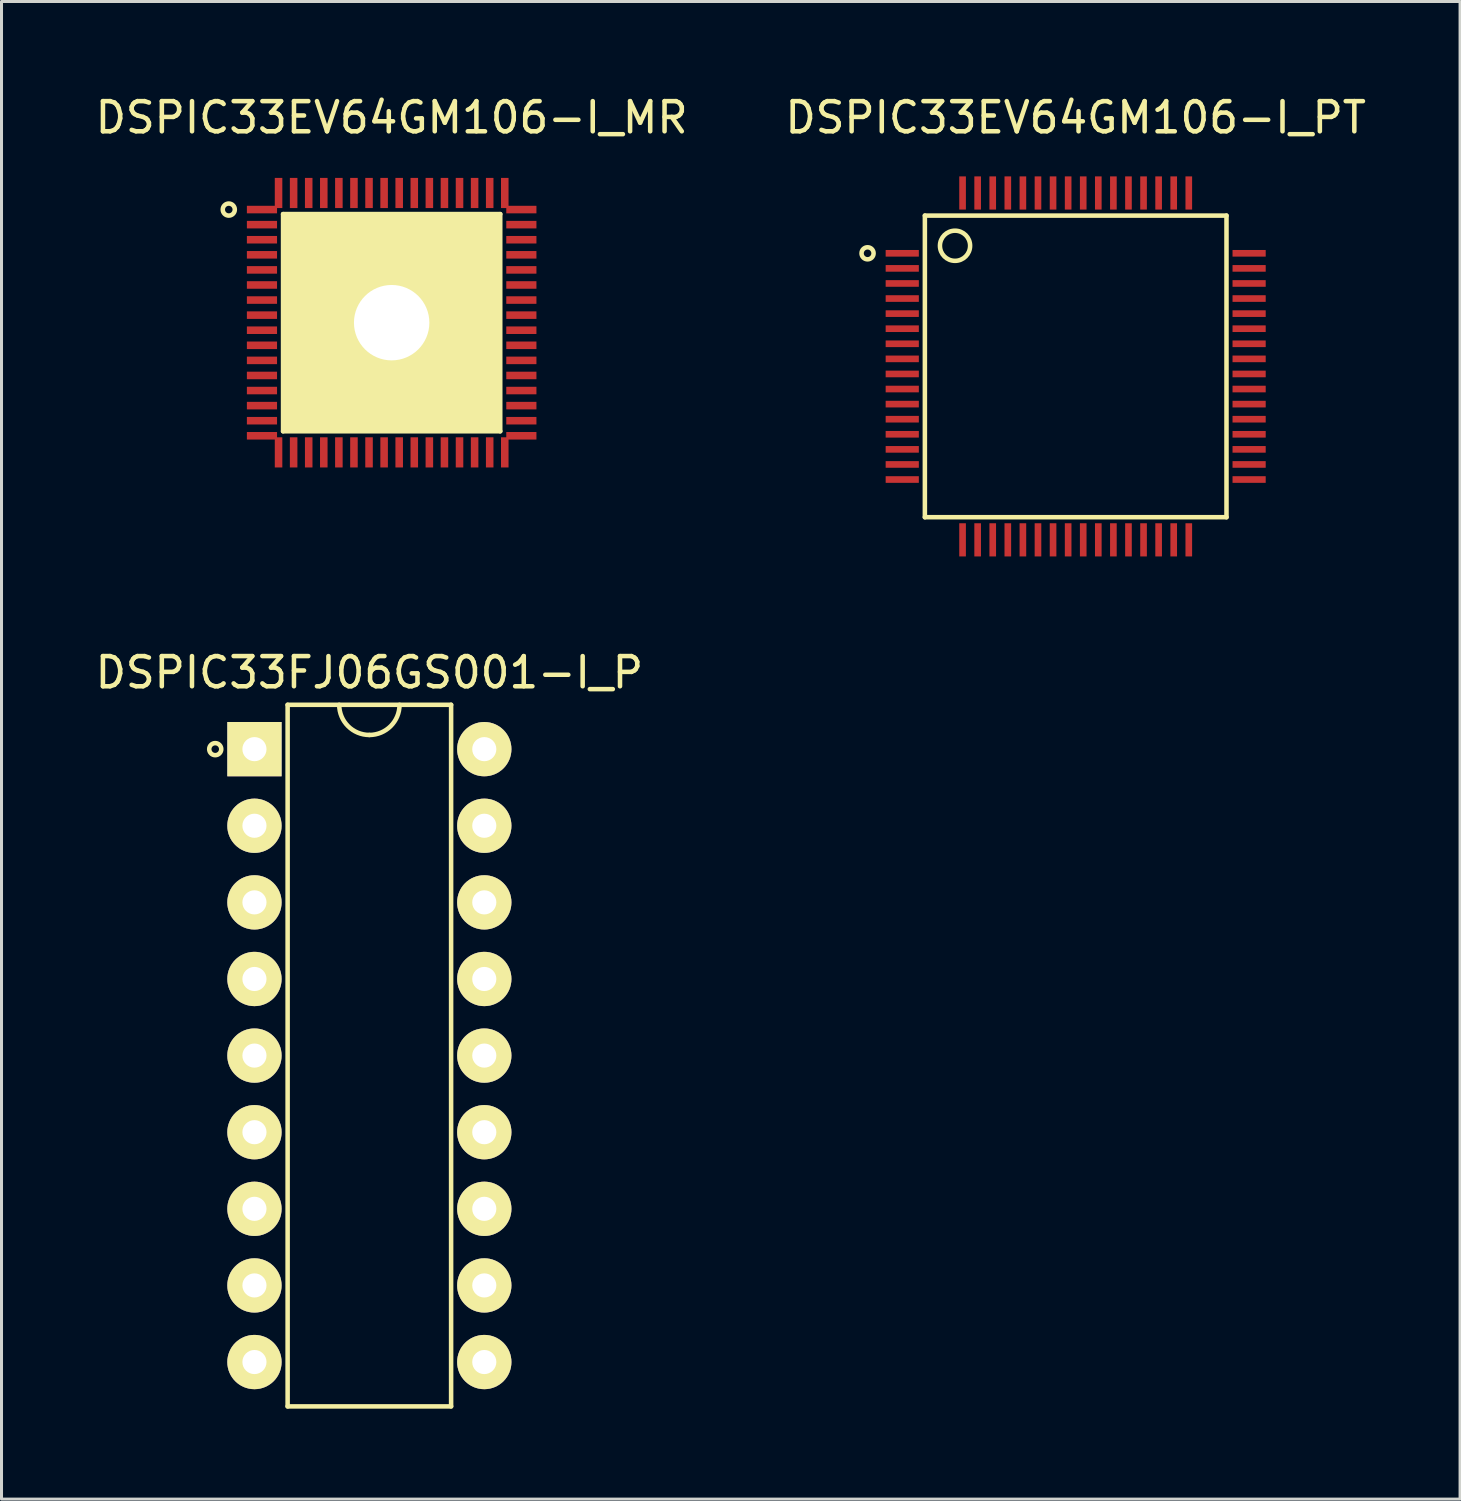
<source format=kicad_pcb>
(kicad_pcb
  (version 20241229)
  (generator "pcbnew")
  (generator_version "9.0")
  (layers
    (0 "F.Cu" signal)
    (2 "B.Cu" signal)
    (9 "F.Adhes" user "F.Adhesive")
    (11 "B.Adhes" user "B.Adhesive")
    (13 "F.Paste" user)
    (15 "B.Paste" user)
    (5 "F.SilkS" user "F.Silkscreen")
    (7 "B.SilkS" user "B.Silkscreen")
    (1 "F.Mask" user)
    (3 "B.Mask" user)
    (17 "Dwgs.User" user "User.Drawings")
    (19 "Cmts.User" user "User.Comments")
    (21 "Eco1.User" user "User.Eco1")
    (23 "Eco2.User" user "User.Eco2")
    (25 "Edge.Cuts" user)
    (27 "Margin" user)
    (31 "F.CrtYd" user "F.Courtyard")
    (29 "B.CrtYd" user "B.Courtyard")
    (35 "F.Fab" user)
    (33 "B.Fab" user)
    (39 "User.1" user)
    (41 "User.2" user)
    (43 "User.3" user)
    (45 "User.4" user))
  (footprint "DSPIC33FJ06GS001-I_P"
    (layer "F.Cu")
    (at 5.386 21.787)
    (property "Reference" "DSPIC33FJ06GS001-I_P" (at 3.81 -2.54 0) (layer "F.SilkS") (effects (font (size 1 1) (thickness 0.15))))
    (attr through_hole)
    (fp_line (start 1.1 -1.47) (end 6.52 -1.47) (stroke (width 0.15) (type solid)) (layer "F.SilkS"))
    (fp_line (start 1.1 21.79) (end 1.1 -1.47) (stroke (width 0.15) (type solid)) (layer "F.SilkS"))
    (fp_line (start 6.52 -1.47) (end 6.52 21.79) (stroke (width 0.15) (type solid)) (layer "F.SilkS"))
    (fp_line (start 6.52 21.79) (end 1.1 21.79) (stroke (width 0.15) (type solid)) (layer "F.SilkS"))
    (fp_arc (start 3.81 -0.47) (mid 3.102893 -0.762893) (end 2.81 -1.47) (stroke (width 0.15) (type solid)) (layer "F.SilkS"))
    (fp_arc (start 4.81 -1.47) (mid 4.517107 -0.762893) (end 3.81 -0.47) (stroke (width 0.15) (type solid)) (layer "F.SilkS"))
    (fp_circle (center -1.3 0) (end -1.3 0.2) (stroke (width 0.15) (type solid)) (fill no) (layer "F.SilkS"))
    (pad "1" thru_hole rect (at 0 0) (size 1.8 1.8) (drill 0.8) (layers "*.Cu" "*.Mask" "F.SilkS"))
    (pad "2" thru_hole circle (at 0 2.54) (size 1.8 1.8) (drill 0.8) (layers "*.Cu" "*.Mask" "F.SilkS"))
    (pad "3" thru_hole circle (at 0 5.08) (size 1.8 1.8) (drill 0.8) (layers "*.Cu" "*.Mask" "F.SilkS"))
    (pad "4" thru_hole circle (at 0 7.62) (size 1.8 1.8) (drill 0.8) (layers "*.Cu" "*.Mask" "F.SilkS"))
    (pad "5" thru_hole circle (at 0 10.16) (size 1.8 1.8) (drill 0.8) (layers "*.Cu" "*.Mask" "F.SilkS"))
    (pad "6" thru_hole circle (at 0 12.7) (size 1.8 1.8) (drill 0.8) (layers "*.Cu" "*.Mask" "F.SilkS"))
    (pad "7" thru_hole circle (at 0 15.24) (size 1.8 1.8) (drill 0.8) (layers "*.Cu" "*.Mask" "F.SilkS"))
    (pad "8" thru_hole circle (at 0 17.78) (size 1.8 1.8) (drill 0.8) (layers "*.Cu" "*.Mask" "F.SilkS"))
    (pad "9" thru_hole circle (at 0 20.32) (size 1.8 1.8) (drill 0.8) (layers "*.Cu" "*.Mask" "F.SilkS"))
    (pad "10" thru_hole circle (at 7.62 20.32) (size 1.8 1.8) (drill 0.8) (layers "*.Cu" "*.Mask" "F.SilkS"))
    (pad "11" thru_hole circle (at 7.62 17.78) (size 1.8 1.8) (drill 0.8) (layers "*.Cu" "*.Mask" "F.SilkS"))
    (pad "12" thru_hole circle (at 7.62 15.24) (size 1.8 1.8) (drill 0.8) (layers "*.Cu" "*.Mask" "F.SilkS"))
    (pad "13" thru_hole circle (at 7.62 12.7) (size 1.8 1.8) (drill 0.8) (layers "*.Cu" "*.Mask" "F.SilkS"))
    (pad "14" thru_hole circle (at 7.62 10.16) (size 1.8 1.8) (drill 0.8) (layers "*.Cu" "*.Mask" "F.SilkS"))
    (pad "15" thru_hole circle (at 7.62 7.62) (size 1.8 1.8) (drill 0.8) (layers "*.Cu" "*.Mask" "F.SilkS"))
    (pad "16" thru_hole circle (at 7.62 5.08) (size 1.8 1.8) (drill 0.8) (layers "*.Cu" "*.Mask" "F.SilkS"))
    (pad "17" thru_hole circle (at 7.62 2.54) (size 1.8 1.8) (drill 0.8) (layers "*.Cu" "*.Mask" "F.SilkS"))
    (pad "18" thru_hole circle (at 7.62 0) (size 1.8 1.8) (drill 0.8) (layers "*.Cu" "*.Mask" "F.SilkS")))
  (footprint "DSPIC33EV64GM106-I_MR"
    (layer "F.Cu")
    (at 5.635 3.348)
    (property "Reference" "DSPIC33EV64GM106-I_MR" (at 4.3 -2.5 0) (layer "F.SilkS") (effects (font (size 1 1) (thickness 0.15))))
    (attr through_hole)
    (fp_line (start 0.7 0.7) (end 0.7 7.9) (stroke (width 0.15) (type solid)) (layer "F.SilkS"))
    (fp_line (start 0.7 0.7) (end 7.9 0.7) (stroke (width 0.15) (type solid)) (layer "F.SilkS"))
    (fp_line (start 0.7 7.9) (end 7.9 7.9) (stroke (width 0.15) (type solid)) (layer "F.SilkS"))
    (fp_line (start 7.9 7.9) (end 7.9 0.7) (stroke (width 0.15) (type solid)) (layer "F.SilkS"))
    (fp_circle (center -1.1 0.55) (end -1.1 0.35) (stroke (width 0.15) (type solid)) (fill no) (layer "F.SilkS"))
    (fp_circle (center 1.7 1.7) (end 1.7 1.2) (stroke (width 0.15) (type solid)) (fill no) (layer "F.SilkS"))
    (pad "1" smd rect (at 0 0.55) (size 1 0.25) (layers "F.Cu" "F.Mask" "F.Paste"))
    (pad "2" smd rect (at 0 1.05) (size 1 0.25) (layers "F.Cu" "F.Mask" "F.Paste"))
    (pad "3" smd rect (at 0 1.55) (size 1 0.25) (layers "F.Cu" "F.Mask" "F.Paste"))
    (pad "4" smd rect (at 0 2.05) (size 1 0.25) (layers "F.Cu" "F.Mask" "F.Paste"))
    (pad "5" smd rect (at 0 2.55) (size 1 0.25) (layers "F.Cu" "F.Mask" "F.Paste"))
    (pad "6" smd rect (at 0 3.05) (size 1 0.25) (layers "F.Cu" "F.Mask" "F.Paste"))
    (pad "7" smd rect (at 0 3.55) (size 1 0.25) (layers "F.Cu" "F.Mask" "F.Paste"))
    (pad "8" smd rect (at 0 4.05) (size 1 0.25) (layers "F.Cu" "F.Mask" "F.Paste"))
    (pad "9" smd rect (at 0 4.55) (size 1 0.25) (layers "F.Cu" "F.Mask" "F.Paste"))
    (pad "10" smd rect (at 0 5.05) (size 1 0.25) (layers "F.Cu" "F.Mask" "F.Paste"))
    (pad "11" smd rect (at 0 5.55) (size 1 0.25) (layers "F.Cu" "F.Mask" "F.Paste"))
    (pad "12" smd rect (at 0 6.05) (size 1 0.25) (layers "F.Cu" "F.Mask" "F.Paste"))
    (pad "13" smd rect (at 0 6.55) (size 1 0.25) (layers "F.Cu" "F.Mask" "F.Paste"))
    (pad "14" smd rect (at 0 7.05) (size 1 0.25) (layers "F.Cu" "F.Mask" "F.Paste"))
    (pad "15" smd rect (at 0 7.55) (size 1 0.25) (layers "F.Cu" "F.Mask" "F.Paste"))
    (pad "16" smd rect (at 0 8.05) (size 1 0.25) (layers "F.Cu" "F.Mask" "F.Paste"))
    (pad "17" smd rect (at 0.55 8.6) (size 0.25 1) (layers "F.Cu" "F.Mask" "F.Paste"))
    (pad "18" smd rect (at 1.05 8.6) (size 0.25 1) (layers "F.Cu" "F.Mask" "F.Paste"))
    (pad "19" smd rect (at 1.55 8.6) (size 0.25 1) (layers "F.Cu" "F.Mask" "F.Paste"))
    (pad "20" smd rect (at 2.05 8.6) (size 0.25 1) (layers "F.Cu" "F.Mask" "F.Paste"))
    (pad "21" smd rect (at 2.55 8.6) (size 0.25 1) (layers "F.Cu" "F.Mask" "F.Paste"))
    (pad "22" smd rect (at 3.05 8.6) (size 0.25 1) (layers "F.Cu" "F.Mask" "F.Paste"))
    (pad "23" smd rect (at 3.55 8.6) (size 0.25 1) (layers "F.Cu" "F.Mask" "F.Paste"))
    (pad "24" smd rect (at 4.05 8.6) (size 0.25 1) (layers "F.Cu" "F.Mask" "F.Paste"))
    (pad "25" smd rect (at 4.55 8.6) (size 0.25 1) (layers "F.Cu" "F.Mask" "F.Paste"))
    (pad "26" smd rect (at 5.05 8.6) (size 0.25 1) (layers "F.Cu" "F.Mask" "F.Paste"))
    (pad "27" smd rect (at 5.55 8.6) (size 0.25 1) (layers "F.Cu" "F.Mask" "F.Paste"))
    (pad "28" smd rect (at 6.05 8.6) (size 0.25 1) (layers "F.Cu" "F.Mask" "F.Paste"))
    (pad "29" smd rect (at 6.55 8.6) (size 0.25 1) (layers "F.Cu" "F.Mask" "F.Paste"))
    (pad "30" smd rect (at 7.05 8.6) (size 0.25 1) (layers "F.Cu" "F.Mask" "F.Paste"))
    (pad "31" smd rect (at 7.55 8.6) (size 0.25 1) (layers "F.Cu" "F.Mask" "F.Paste"))
    (pad "32" smd rect (at 8.05 8.6) (size 0.25 1) (layers "F.Cu" "F.Mask" "F.Paste"))
    (pad "33" smd rect (at 8.6 8.05) (size 1 0.25) (layers "F.Cu" "F.Mask" "F.Paste"))
    (pad "34" smd rect (at 8.6 7.55) (size 1 0.25) (layers "F.Cu" "F.Mask" "F.Paste"))
    (pad "35" smd rect (at 8.6 7.05) (size 1 0.25) (layers "F.Cu" "F.Mask" "F.Paste"))
    (pad "36" smd rect (at 8.6 6.55) (size 1 0.25) (layers "F.Cu" "F.Mask" "F.Paste"))
    (pad "37" smd rect (at 8.6 6.05) (size 1 0.25) (layers "F.Cu" "F.Mask" "F.Paste"))
    (pad "38" smd rect (at 8.6 5.55) (size 1 0.25) (layers "F.Cu" "F.Mask" "F.Paste"))
    (pad "39" smd rect (at 8.6 5.05) (size 1 0.25) (layers "F.Cu" "F.Mask" "F.Paste"))
    (pad "40" smd rect (at 8.6 4.55) (size 1 0.25) (layers "F.Cu" "F.Mask" "F.Paste"))
    (pad "41" smd rect (at 8.6 4.05) (size 1 0.25) (layers "F.Cu" "F.Mask" "F.Paste"))
    (pad "42" smd rect (at 8.6 3.55) (size 1 0.25) (layers "F.Cu" "F.Mask" "F.Paste"))
    (pad "43" smd rect (at 8.6 3.05) (size 1 0.25) (layers "F.Cu" "F.Mask" "F.Paste"))
    (pad "44" smd rect (at 8.6 2.55) (size 1 0.25) (layers "F.Cu" "F.Mask" "F.Paste"))
    (pad "45" smd rect (at 8.6 2.05) (size 1 0.25) (layers "F.Cu" "F.Mask" "F.Paste"))
    (pad "46" smd rect (at 8.6 1.55) (size 1 0.25) (layers "F.Cu" "F.Mask" "F.Paste"))
    (pad "47" smd rect (at 8.6 1.05) (size 1 0.25) (layers "F.Cu" "F.Mask" "F.Paste"))
    (pad "48" smd rect (at 8.6 0.55) (size 1 0.25) (layers "F.Cu" "F.Mask" "F.Paste"))
    (pad "49" smd rect (at 8.05 0) (size 0.25 1) (layers "F.Cu" "F.Mask" "F.Paste"))
    (pad "50" smd rect (at 7.55 0) (size 0.25 1) (layers "F.Cu" "F.Mask" "F.Paste"))
    (pad "51" smd rect (at 7.05 0) (size 0.25 1) (layers "F.Cu" "F.Mask" "F.Paste"))
    (pad "52" smd rect (at 6.55 0) (size 0.25 1) (layers "F.Cu" "F.Mask" "F.Paste"))
    (pad "53" smd rect (at 6.05 0) (size 0.25 1) (layers "F.Cu" "F.Mask" "F.Paste"))
    (pad "54" smd rect (at 5.55 0) (size 0.25 1) (layers "F.Cu" "F.Mask" "F.Paste"))
    (pad "55" smd rect (at 5.05 0) (size 0.25 1) (layers "F.Cu" "F.Mask" "F.Paste"))
    (pad "56" smd rect (at 4.55 0) (size 0.25 1) (layers "F.Cu" "F.Mask" "F.Paste"))
    (pad "57" smd rect (at 4.05 0) (size 0.25 1) (layers "F.Cu" "F.Mask" "F.Paste"))
    (pad "58" smd rect (at 3.55 0) (size 0.25 1) (layers "F.Cu" "F.Mask" "F.Paste"))
    (pad "59" smd rect (at 3.05 0) (size 0.25 1) (layers "F.Cu" "F.Mask" "F.Paste"))
    (pad "60" smd rect (at 2.55 0) (size 0.25 1) (layers "F.Cu" "F.Mask" "F.Paste"))
    (pad "61" smd rect (at 2.05 0) (size 0.25 1) (layers "F.Cu" "F.Mask" "F.Paste"))
    (pad "62" smd rect (at 1.55 0) (size 0.25 1) (layers "F.Cu" "F.Mask" "F.Paste"))
    (pad "63" smd rect (at 1.05 0) (size 0.25 1) (layers "F.Cu" "F.Mask" "F.Paste"))
    (pad "64" smd rect (at 0.55 0) (size 0.25 1) (layers "F.Cu" "F.Mask" "F.Paste"))
    (pad "999" thru_hole rect (at 4.3 4.3) (size 7.15 7.15) (drill 2.5) (layers "*.Cu" "*.Mask" "F.SilkS")))
  (footprint "DSPIC33EV64GM106-I_PT"
    (layer "F.Cu")
    (at 26.863 3.348)
    (property "Reference" "DSPIC33EV64GM106-I_PT" (at 5.75 -2.5 0) (layer "F.SilkS") (effects (font (size 1 1) (thickness 0.15))))
    (attr through_hole)
    (fp_line (start 0.75 0.75) (end 0.75 10.75) (stroke (width 0.15) (type solid)) (layer "F.SilkS"))
    (fp_line (start 0.75 0.75) (end 10.75 0.75) (stroke (width 0.15) (type solid)) (layer "F.SilkS"))
    (fp_line (start 0.75 10.75) (end 10.75 10.75) (stroke (width 0.15) (type solid)) (layer "F.SilkS"))
    (fp_line (start 10.75 10.75) (end 10.75 0.75) (stroke (width 0.15) (type solid)) (layer "F.SilkS"))
    (fp_circle (center -1.15 2) (end -1.15 1.8) (stroke (width 0.15) (type solid)) (fill no) (layer "F.SilkS"))
    (fp_circle (center 1.75 1.75) (end 1.75 1.25) (stroke (width 0.15) (type solid)) (fill no) (layer "F.SilkS"))
    (pad "1" smd rect (at 0 2) (size 1.1 0.22) (layers "F.Cu" "F.Mask" "F.Paste"))
    (pad "2" smd rect (at 0 2.5) (size 1.1 0.22) (layers "F.Cu" "F.Mask" "F.Paste"))
    (pad "3" smd rect (at 0 3) (size 1.1 0.22) (layers "F.Cu" "F.Mask" "F.Paste"))
    (pad "4" smd rect (at 0 3.5) (size 1.1 0.22) (layers "F.Cu" "F.Mask" "F.Paste"))
    (pad "5" smd rect (at 0 4) (size 1.1 0.22) (layers "F.Cu" "F.Mask" "F.Paste"))
    (pad "6" smd rect (at 0 4.5) (size 1.1 0.22) (layers "F.Cu" "F.Mask" "F.Paste"))
    (pad "7" smd rect (at 0 5) (size 1.1 0.22) (layers "F.Cu" "F.Mask" "F.Paste"))
    (pad "8" smd rect (at 0 5.5) (size 1.1 0.22) (layers "F.Cu" "F.Mask" "F.Paste"))
    (pad "9" smd rect (at 0 6) (size 1.1 0.22) (layers "F.Cu" "F.Mask" "F.Paste"))
    (pad "10" smd rect (at 0 6.5) (size 1.1 0.22) (layers "F.Cu" "F.Mask" "F.Paste"))
    (pad "11" smd rect (at 0 7) (size 1.1 0.22) (layers "F.Cu" "F.Mask" "F.Paste"))
    (pad "12" smd rect (at 0 7.5) (size 1.1 0.22) (layers "F.Cu" "F.Mask" "F.Paste"))
    (pad "13" smd rect (at 0 8) (size 1.1 0.22) (layers "F.Cu" "F.Mask" "F.Paste"))
    (pad "14" smd rect (at 0 8.5) (size 1.1 0.22) (layers "F.Cu" "F.Mask" "F.Paste"))
    (pad "15" smd rect (at 0 9) (size 1.1 0.22) (layers "F.Cu" "F.Mask" "F.Paste"))
    (pad "16" smd rect (at 0 9.5) (size 1.1 0.22) (layers "F.Cu" "F.Mask" "F.Paste"))
    (pad "17" smd rect (at 2 11.5) (size 0.22 1.1) (layers "F.Cu" "F.Mask" "F.Paste"))
    (pad "18" smd rect (at 2.5 11.5) (size 0.22 1.1) (layers "F.Cu" "F.Mask" "F.Paste"))
    (pad "19" smd rect (at 3 11.5) (size 0.22 1.1) (layers "F.Cu" "F.Mask" "F.Paste"))
    (pad "20" smd rect (at 3.5 11.5) (size 0.22 1.1) (layers "F.Cu" "F.Mask" "F.Paste"))
    (pad "21" smd rect (at 4 11.5) (size 0.22 1.1) (layers "F.Cu" "F.Mask" "F.Paste"))
    (pad "22" smd rect (at 4.5 11.5) (size 0.22 1.1) (layers "F.Cu" "F.Mask" "F.Paste"))
    (pad "23" smd rect (at 5 11.5) (size 0.22 1.1) (layers "F.Cu" "F.Mask" "F.Paste"))
    (pad "24" smd rect (at 5.5 11.5) (size 0.22 1.1) (layers "F.Cu" "F.Mask" "F.Paste"))
    (pad "25" smd rect (at 6 11.5) (size 0.22 1.1) (layers "F.Cu" "F.Mask" "F.Paste"))
    (pad "26" smd rect (at 6.5 11.5) (size 0.22 1.1) (layers "F.Cu" "F.Mask" "F.Paste"))
    (pad "27" smd rect (at 7 11.5) (size 0.22 1.1) (layers "F.Cu" "F.Mask" "F.Paste"))
    (pad "28" smd rect (at 7.5 11.5) (size 0.22 1.1) (layers "F.Cu" "F.Mask" "F.Paste"))
    (pad "29" smd rect (at 8 11.5) (size 0.22 1.1) (layers "F.Cu" "F.Mask" "F.Paste"))
    (pad "30" smd rect (at 8.5 11.5) (size 0.22 1.1) (layers "F.Cu" "F.Mask" "F.Paste"))
    (pad "31" smd rect (at 9 11.5) (size 0.22 1.1) (layers "F.Cu" "F.Mask" "F.Paste"))
    (pad "32" smd rect (at 9.5 11.5) (size 0.22 1.1) (layers "F.Cu" "F.Mask" "F.Paste"))
    (pad "33" smd rect (at 11.5 9.5) (size 1.1 0.22) (layers "F.Cu" "F.Mask" "F.Paste"))
    (pad "34" smd rect (at 11.5 9) (size 1.1 0.22) (layers "F.Cu" "F.Mask" "F.Paste"))
    (pad "35" smd rect (at 11.5 8.5) (size 1.1 0.22) (layers "F.Cu" "F.Mask" "F.Paste"))
    (pad "36" smd rect (at 11.5 8) (size 1.1 0.22) (layers "F.Cu" "F.Mask" "F.Paste"))
    (pad "37" smd rect (at 11.5 7.5) (size 1.1 0.22) (layers "F.Cu" "F.Mask" "F.Paste"))
    (pad "38" smd rect (at 11.5 7) (size 1.1 0.22) (layers "F.Cu" "F.Mask" "F.Paste"))
    (pad "39" smd rect (at 11.5 6.5) (size 1.1 0.22) (layers "F.Cu" "F.Mask" "F.Paste"))
    (pad "40" smd rect (at 11.5 6) (size 1.1 0.22) (layers "F.Cu" "F.Mask" "F.Paste"))
    (pad "41" smd rect (at 11.5 5.5) (size 1.1 0.22) (layers "F.Cu" "F.Mask" "F.Paste"))
    (pad "42" smd rect (at 11.5 5) (size 1.1 0.22) (layers "F.Cu" "F.Mask" "F.Paste"))
    (pad "43" smd rect (at 11.5 4.5) (size 1.1 0.22) (layers "F.Cu" "F.Mask" "F.Paste"))
    (pad "44" smd rect (at 11.5 4) (size 1.1 0.22) (layers "F.Cu" "F.Mask" "F.Paste"))
    (pad "45" smd rect (at 11.5 3.5) (size 1.1 0.22) (layers "F.Cu" "F.Mask" "F.Paste"))
    (pad "46" smd rect (at 11.5 3) (size 1.1 0.22) (layers "F.Cu" "F.Mask" "F.Paste"))
    (pad "47" smd rect (at 11.5 2.5) (size 1.1 0.22) (layers "F.Cu" "F.Mask" "F.Paste"))
    (pad "48" smd rect (at 11.5 2) (size 1.1 0.22) (layers "F.Cu" "F.Mask" "F.Paste"))
    (pad "49" smd rect (at 9.5 0) (size 0.22 1.1) (layers "F.Cu" "F.Mask" "F.Paste"))
    (pad "50" smd rect (at 9 0) (size 0.22 1.1) (layers "F.Cu" "F.Mask" "F.Paste"))
    (pad "51" smd rect (at 8.5 0) (size 0.22 1.1) (layers "F.Cu" "F.Mask" "F.Paste"))
    (pad "52" smd rect (at 8 0) (size 0.22 1.1) (layers "F.Cu" "F.Mask" "F.Paste"))
    (pad "53" smd rect (at 7.5 0) (size 0.22 1.1) (layers "F.Cu" "F.Mask" "F.Paste"))
    (pad "54" smd rect (at 7 0) (size 0.22 1.1) (layers "F.Cu" "F.Mask" "F.Paste"))
    (pad "55" smd rect (at 6.5 0) (size 0.22 1.1) (layers "F.Cu" "F.Mask" "F.Paste"))
    (pad "56" smd rect (at 6 0) (size 0.22 1.1) (layers "F.Cu" "F.Mask" "F.Paste"))
    (pad "57" smd rect (at 5.5 0) (size 0.22 1.1) (layers "F.Cu" "F.Mask" "F.Paste"))
    (pad "58" smd rect (at 5 0) (size 0.22 1.1) (layers "F.Cu" "F.Mask" "F.Paste"))
    (pad "59" smd rect (at 4.5 0) (size 0.22 1.1) (layers "F.Cu" "F.Mask" "F.Paste"))
    (pad "60" smd rect (at 4 0) (size 0.22 1.1) (layers "F.Cu" "F.Mask" "F.Paste"))
    (pad "61" smd rect (at 3.5 0) (size 0.22 1.1) (layers "F.Cu" "F.Mask" "F.Paste"))
    (pad "62" smd rect (at 3 0) (size 0.22 1.1) (layers "F.Cu" "F.Mask" "F.Paste"))
    (pad "63" smd rect (at 2.5 0) (size 0.22 1.1) (layers "F.Cu" "F.Mask" "F.Paste"))
    (pad "64" smd rect (at 2 0) (size 0.22 1.1) (layers "F.Cu" "F.Mask" "F.Paste")))
  (gr_rect
    (start -3 -3)
    (end 45.357 46.651)
    (stroke (width 0.1) (type default))
    (fill no)
    (layer "Edge.Cuts")))
</source>
